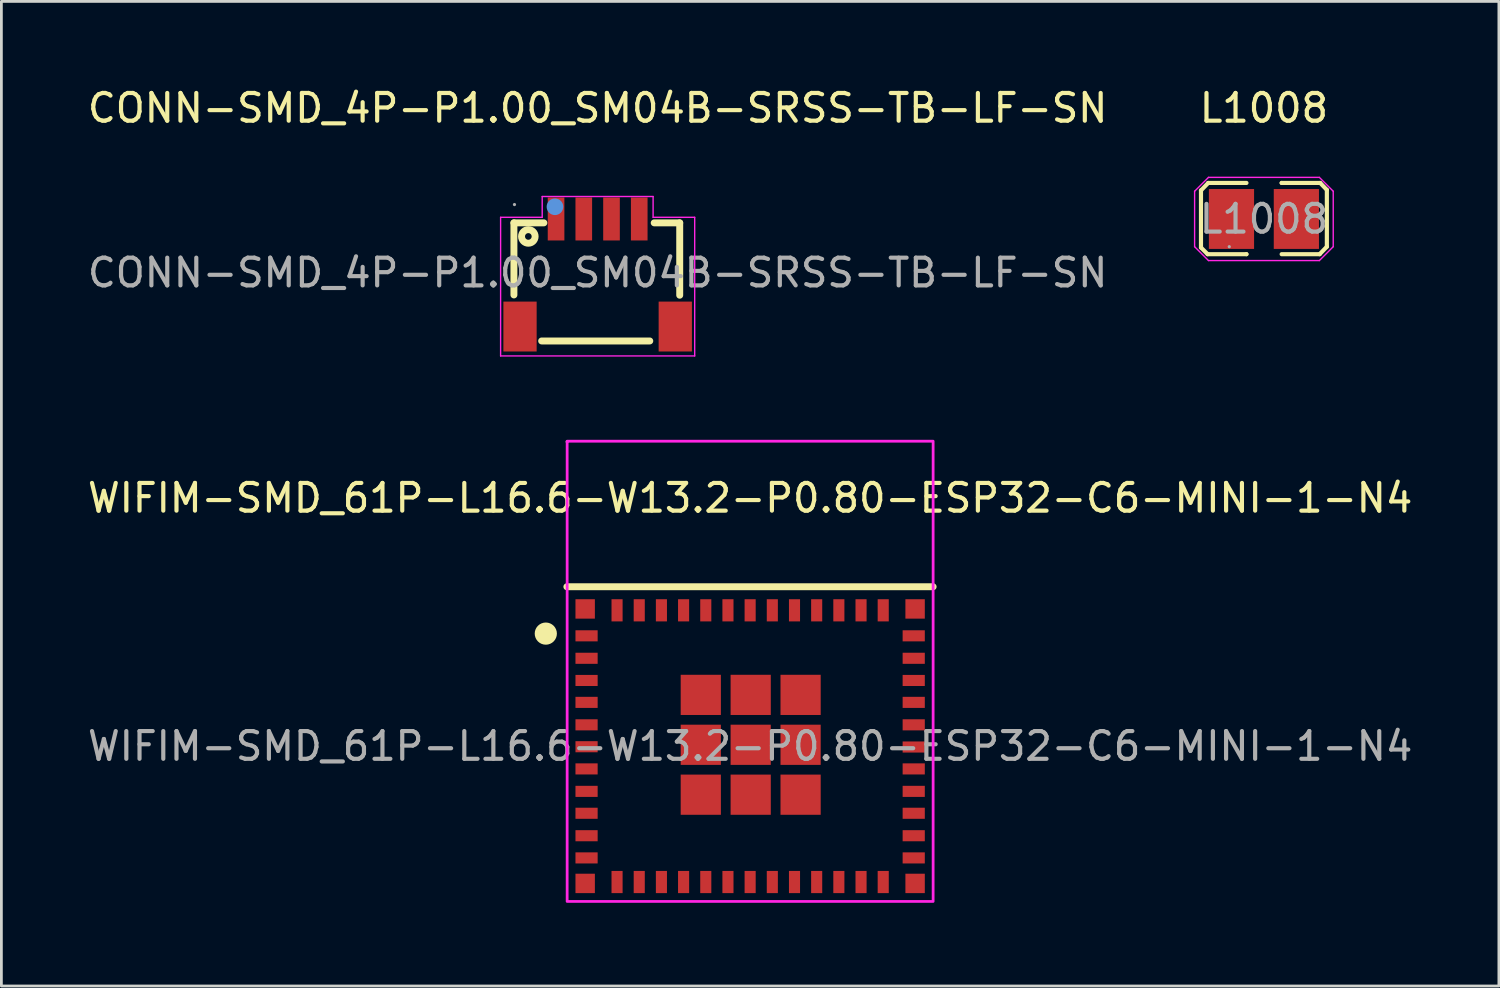
<source format=kicad_pcb>
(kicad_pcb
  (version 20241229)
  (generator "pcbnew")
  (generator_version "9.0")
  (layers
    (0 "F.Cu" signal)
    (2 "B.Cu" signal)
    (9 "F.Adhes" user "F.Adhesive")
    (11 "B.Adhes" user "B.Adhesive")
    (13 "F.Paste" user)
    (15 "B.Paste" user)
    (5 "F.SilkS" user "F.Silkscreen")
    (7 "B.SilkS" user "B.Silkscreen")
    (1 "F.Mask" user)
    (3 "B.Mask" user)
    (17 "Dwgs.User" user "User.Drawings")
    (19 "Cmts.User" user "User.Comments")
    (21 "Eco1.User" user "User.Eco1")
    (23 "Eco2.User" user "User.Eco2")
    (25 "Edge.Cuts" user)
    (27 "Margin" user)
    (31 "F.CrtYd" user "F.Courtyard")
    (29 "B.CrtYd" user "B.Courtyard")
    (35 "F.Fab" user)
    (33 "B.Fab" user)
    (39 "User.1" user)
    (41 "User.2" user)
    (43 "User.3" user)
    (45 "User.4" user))
  (footprint "CONN-SMD_4P-P1.00_SM04B-SRSS-TB-LF-SN"
    (layer "F.Cu")
    (at 18.506 6.788)
    (property "Reference" "CONN-SMD_4P-P1.00_SM04B-SRSS-TB-LF-SN" (at 0 -5.94 0) (layer "F.SilkS") (effects (font (size 1 1) (thickness 0.15))))
    (attr smd)
    (fp_line (start -3.02 -1.8) (end -3.02 0.8) (stroke (width 0.25) (type solid)) (layer "F.SilkS"))
    (fp_line (start -2.02 2.46) (end 1.88 2.46) (stroke (width 0.25) (type solid)) (layer "F.SilkS"))
    (fp_line (start -1.94 -1.8) (end -3.02 -1.8) (stroke (width 0.25) (type solid)) (layer "F.SilkS"))
    (fp_line (start 2.04 -1.8) (end 2.96 -1.8) (stroke (width 0.25) (type solid)) (layer "F.SilkS"))
    (fp_line (start 2.96 -1.8) (end 2.96 0.81) (stroke (width 0.25) (type solid)) (layer "F.SilkS"))
    (fp_circle (center -2.5 -1.31) (end -2.38 -1.31) (stroke (width 0.25) (type solid)) (fill no) (layer "F.SilkS"))
    (fp_circle (center -1.54 -2.38) (end -1.39 -2.38) (stroke (width 0.3) (type solid)) (fill no) (layer "Cmts.User"))
    (fp_line (start -3.5 -2) (end -2 -2) (stroke (width 0.05) (type default)) (layer "F.CrtYd"))
    (fp_line (start -3.5 3) (end -3.5 -2) (stroke (width 0.05) (type default)) (layer "F.CrtYd"))
    (fp_line (start -2 -2.75) (end 2 -2.75) (stroke (width 0.05) (type default)) (layer "F.CrtYd"))
    (fp_line (start -2 -2) (end -2 -2.75) (stroke (width 0.05) (type default)) (layer "F.CrtYd"))
    (fp_line (start 2 -2.75) (end 2 -2) (stroke (width 0.05) (type default)) (layer "F.CrtYd"))
    (fp_line (start 2 -2) (end 3.5 -2) (stroke (width 0.05) (type default)) (layer "F.CrtYd"))
    (fp_line (start 3.5 -2) (end 3.5 3) (stroke (width 0.05) (type default)) (layer "F.CrtYd"))
    (fp_line (start 3.5 3) (end -3.5 3) (stroke (width 0.05) (type default)) (layer "F.CrtYd"))
    (fp_circle (center -3 -2.46) (end -2.97 -2.46) (stroke (width 0.06) (type solid)) (fill no) (layer "F.Fab"))
    (fp_text user "${REFERENCE}" (at 0 0 0) (layer "F.Fab") (effects (font (size 1 1) (thickness 0.15))))
    (pad "1" smd rect (at -1.5 -1.94) (size 0.6 1.55) (layers "F.Cu" "F.Mask" "F.Paste"))
    (pad "2" smd rect (at -0.5 -1.94) (size 0.6 1.55) (layers "F.Cu" "F.Mask" "F.Paste"))
    (pad "3" smd rect (at 0.5 -1.94) (size 0.6 1.55) (layers "F.Cu" "F.Mask" "F.Paste"))
    (pad "4" smd rect (at 1.5 -1.94) (size 0.6 1.55) (layers "F.Cu" "F.Mask" "F.Paste"))
    (pad "5" smd rect (at 2.8 1.94) (size 1.2 1.8) (layers "F.Cu" "F.Mask" "F.Paste"))
    (pad "6" smd rect (at -2.8 1.94) (size 1.2 1.8) (layers "F.Cu" "F.Mask" "F.Paste")))
  (footprint "WIFIM-SMD_61P-L16.6-W13.2-P0.80-ESP32-C6-MINI-1-N4"
    (layer "F.Cu")
    (at 24.006 23.863)
    (property "Reference" "WIFIM-SMD_61P-L16.6-W13.2-P0.80-ESP32-C6-MINI-1-N4" (at 0 -8.95 0) (layer "F.SilkS") (effects (font (size 1 1) (thickness 0.15))))
    (attr smd)
    (fp_line (start -6.61 -5.75) (end 6.6 -5.75) (stroke (width 0.25) (type solid)) (layer "F.SilkS"))
    (fp_circle (center -7.37 -4.06) (end -7.17 -4.06) (stroke (width 0.4) (type solid)) (fill no) (layer "F.SilkS"))
    (fp_rect (start -6.6 -11) (end 6.6 5.6) (stroke (width 0.1) (type default)) (fill no) (layer "F.CrtYd"))
    (fp_circle (center -6.6 -10.98) (end -6.57 -10.98) (stroke (width 0.06) (type solid)) (fill no) (layer "F.Fab"))
    (fp_text user "${REFERENCE}" (at 0 0 0) (layer "F.Fab") (effects (font (size 1 1) (thickness 0.15))))
    (pad "1" smd rect (at -5.9 -3.98) (size 0.8 0.4) (layers "F.Cu" "F.Mask" "F.Paste"))
    (pad "2" smd rect (at -5.9 -3.17) (size 0.8 0.4) (layers "F.Cu" "F.Mask" "F.Paste"))
    (pad "3" smd rect (at -5.9 -2.37) (size 0.8 0.4) (layers "F.Cu" "F.Mask" "F.Paste"))
    (pad "4" smd rect (at -5.9 -1.58) (size 0.8 0.4) (layers "F.Cu" "F.Mask" "F.Paste"))
    (pad "5" smd rect (at -5.9 -0.77) (size 0.8 0.4) (layers "F.Cu" "F.Mask" "F.Paste"))
    (pad "6" smd rect (at -5.9 0.02) (size 0.8 0.4) (layers "F.Cu" "F.Mask" "F.Paste"))
    (pad "7" smd rect (at -5.9 0.82) (size 0.8 0.4) (layers "F.Cu" "F.Mask" "F.Paste"))
    (pad "8" smd rect (at -5.9 1.63) (size 0.8 0.4) (layers "F.Cu" "F.Mask" "F.Paste"))
    (pad "9" smd rect (at -5.9 2.42) (size 0.8 0.4) (layers "F.Cu" "F.Mask" "F.Paste"))
    (pad "10" smd rect (at -5.9 3.23) (size 0.8 0.4) (layers "F.Cu" "F.Mask" "F.Paste"))
    (pad "11" smd rect (at -5.9 4.03) (size 0.8 0.4) (layers "F.Cu" "F.Mask" "F.Paste"))
    (pad "12" smd rect (at -4.8 4.9 270) (size 0.8 0.4) (layers "F.Cu" "F.Mask" "F.Paste"))
    (pad "13" smd rect (at -4 4.9 270) (size 0.8 0.4) (layers "F.Cu" "F.Mask" "F.Paste"))
    (pad "14" smd rect (at -3.2 4.9 270) (size 0.8 0.4) (layers "F.Cu" "F.Mask" "F.Paste"))
    (pad "15" smd rect (at -2.4 4.9 270) (size 0.8 0.4) (layers "F.Cu" "F.Mask" "F.Paste"))
    (pad "16" smd rect (at -1.6 4.9 270) (size 0.8 0.4) (layers "F.Cu" "F.Mask" "F.Paste"))
    (pad "17" smd rect (at -0.8 4.9 270) (size 0.8 0.4) (layers "F.Cu" "F.Mask" "F.Paste"))
    (pad "18" smd rect (at 0 4.9 270) (size 0.8 0.4) (layers "F.Cu" "F.Mask" "F.Paste"))
    (pad "19" smd rect (at 0.8 4.9 270) (size 0.8 0.4) (layers "F.Cu" "F.Mask" "F.Paste"))
    (pad "20" smd rect (at 1.6 4.9 270) (size 0.8 0.4) (layers "F.Cu" "F.Mask" "F.Paste"))
    (pad "21" smd rect (at 2.4 4.9 270) (size 0.8 0.4) (layers "F.Cu" "F.Mask" "F.Paste"))
    (pad "22" smd rect (at 3.2 4.9 270) (size 0.8 0.4) (layers "F.Cu" "F.Mask" "F.Paste"))
    (pad "23" smd rect (at 4 4.9 270) (size 0.8 0.4) (layers "F.Cu" "F.Mask" "F.Paste"))
    (pad "24" smd rect (at 4.8 4.9 270) (size 0.8 0.4) (layers "F.Cu" "F.Mask" "F.Paste"))
    (pad "25" smd rect (at 5.9 4.03) (size 0.8 0.4) (layers "F.Cu" "F.Mask" "F.Paste"))
    (pad "26" smd rect (at 5.9 3.23) (size 0.8 0.4) (layers "F.Cu" "F.Mask" "F.Paste"))
    (pad "27" smd rect (at 5.9 2.42) (size 0.8 0.4) (layers "F.Cu" "F.Mask" "F.Paste"))
    (pad "28" smd rect (at 5.9 1.63) (size 0.8 0.4) (layers "F.Cu" "F.Mask" "F.Paste"))
    (pad "29" smd rect (at 5.9 0.82) (size 0.8 0.4) (layers "F.Cu" "F.Mask" "F.Paste"))
    (pad "30" smd rect (at 5.9 0.03) (size 0.8 0.4) (layers "F.Cu" "F.Mask" "F.Paste"))
    (pad "31" smd rect (at 5.9 -0.77) (size 0.8 0.4) (layers "F.Cu" "F.Mask" "F.Paste"))
    (pad "32" smd rect (at 5.9 -1.58) (size 0.8 0.4) (layers "F.Cu" "F.Mask" "F.Paste"))
    (pad "33" smd rect (at 5.9 -2.37) (size 0.8 0.4) (layers "F.Cu" "F.Mask" "F.Paste"))
    (pad "34" smd rect (at 5.9 -3.17) (size 0.8 0.4) (layers "F.Cu" "F.Mask" "F.Paste"))
    (pad "35" smd rect (at 5.9 -3.98) (size 0.8 0.4) (layers "F.Cu" "F.Mask" "F.Paste"))
    (pad "36" smd rect (at 4.8 -4.9 270) (size 0.8 0.4) (layers "F.Cu" "F.Mask" "F.Paste"))
    (pad "37" smd rect (at 4 -4.9 270) (size 0.8 0.4) (layers "F.Cu" "F.Mask" "F.Paste"))
    (pad "38" smd rect (at 3.2 -4.9 270) (size 0.8 0.4) (layers "F.Cu" "F.Mask" "F.Paste"))
    (pad "39" smd rect (at 2.4 -4.9 270) (size 0.8 0.4) (layers "F.Cu" "F.Mask" "F.Paste"))
    (pad "40" smd rect (at 1.6 -4.9 270) (size 0.8 0.4) (layers "F.Cu" "F.Mask" "F.Paste"))
    (pad "41" smd rect (at 0.8 -4.9 270) (size 0.8 0.4) (layers "F.Cu" "F.Mask" "F.Paste"))
    (pad "42" smd rect (at 0 -4.9 270) (size 0.8 0.4) (layers "F.Cu" "F.Mask" "F.Paste"))
    (pad "43" smd rect (at -0.8 -4.9 270) (size 0.8 0.4) (layers "F.Cu" "F.Mask" "F.Paste"))
    (pad "44" smd rect (at -1.6 -4.9 270) (size 0.8 0.4) (layers "F.Cu" "F.Mask" "F.Paste"))
    (pad "45" smd rect (at -2.4 -4.9 270) (size 0.8 0.4) (layers "F.Cu" "F.Mask" "F.Paste"))
    (pad "46" smd rect (at -3.2 -4.9 270) (size 0.8 0.4) (layers "F.Cu" "F.Mask" "F.Paste"))
    (pad "47" smd rect (at -4 -4.9 270) (size 0.8 0.4) (layers "F.Cu" "F.Mask" "F.Paste"))
    (pad "48" smd rect (at -4.8 -4.9 270) (size 0.8 0.4) (layers "F.Cu" "F.Mask" "F.Paste"))
    (pad "49" smd rect (at -1.78 -1.85) (size 1.45 1.45) (layers "F.Cu" "F.Mask" "F.Paste"))
    (pad "49" smd rect (at -1.78 -0.05) (size 1.45 1.45) (layers "F.Cu" "F.Mask" "F.Paste"))
    (pad "49" smd rect (at -1.78 1.75) (size 1.45 1.45) (layers "F.Cu" "F.Mask" "F.Paste"))
    (pad "49" smd rect (at 0.02 -1.85) (size 1.45 1.45) (layers "F.Cu" "F.Mask" "F.Paste"))
    (pad "49" smd rect (at 0.02 -0.05) (size 1.45 1.45) (layers "F.Cu" "F.Mask" "F.Paste"))
    (pad "49" smd rect (at 0.02 1.75) (size 1.45 1.45) (layers "F.Cu" "F.Mask" "F.Paste"))
    (pad "49" smd rect (at 1.82 -1.85) (size 1.45 1.45) (layers "F.Cu" "F.Mask" "F.Paste"))
    (pad "49" smd rect (at 1.82 -0.05) (size 1.45 1.45) (layers "F.Cu" "F.Mask" "F.Paste"))
    (pad "49" smd rect (at 1.82 1.75) (size 1.45 1.45) (layers "F.Cu" "F.Mask" "F.Paste"))
    (pad "50" smd rect (at 5.95 -4.95) (size 0.7 0.7) (layers "F.Cu" "F.Mask" "F.Paste"))
    (pad "51" smd rect (at 5.95 4.95) (size 0.7 0.7) (layers "F.Cu" "F.Mask" "F.Paste"))
    (pad "52" smd rect (at -5.95 4.95) (size 0.7 0.7) (layers "F.Cu" "F.Mask" "F.Paste"))
    (pad "53" smd rect (at -5.95 -4.95) (size 0.7 0.7) (layers "F.Cu" "F.Mask" "F.Paste")))
  (footprint "L1008"
    (layer "F.Cu")
    (at 42.537 4.848)
    (property "Reference" "L1008" (at 0 -4 0) (layer "F.SilkS") (effects (font (size 1 1) (thickness 0.15))))
    (attr smd)
    (fp_line (start -2.27 -1.03) (end -2.01 -1.3) (stroke (width 0.15) (type solid)) (layer "F.SilkS"))
    (fp_line (start -2.27 1.03) (end -2.27 -1.03) (stroke (width 0.15) (type solid)) (layer "F.SilkS"))
    (fp_line (start -2.03 1.27) (end -2.27 1.03) (stroke (width 0.15) (type solid)) (layer "F.SilkS"))
    (fp_line (start -2.01 -1.3) (end -0.63 -1.3) (stroke (width 0.15) (type solid)) (layer "F.SilkS"))
    (fp_line (start -0.63 1.27) (end -2.03 1.27) (stroke (width 0.15) (type solid)) (layer "F.SilkS"))
    (fp_line (start -0.63 1.27) (end -0.63 1.27) (stroke (width 0.15) (type solid)) (layer "F.SilkS"))
    (fp_line (start 0.64 -1.3) (end 0.64 -1.3) (stroke (width 0.15) (type solid)) (layer "F.SilkS"))
    (fp_line (start 0.64 -1.3) (end 2.03 -1.3) (stroke (width 0.15) (type solid)) (layer "F.SilkS"))
    (fp_line (start 2.01 1.27) (end 0.64 1.27) (stroke (width 0.15) (type solid)) (layer "F.SilkS"))
    (fp_line (start 2.03 -1.3) (end 2.27 -1.05) (stroke (width 0.15) (type solid)) (layer "F.SilkS"))
    (fp_line (start 2.27 -1.05) (end 2.27 1) (stroke (width 0.15) (type solid)) (layer "F.SilkS"))
    (fp_line (start 2.27 1) (end 2.01 1.27) (stroke (width 0.15) (type solid)) (layer "F.SilkS"))
    (fp_line (start -2.5 -1) (end -2 -1.5) (stroke (width 0.05) (type default)) (layer "F.CrtYd"))
    (fp_line (start -2.5 1) (end -2.5 -1) (stroke (width 0.05) (type default)) (layer "F.CrtYd"))
    (fp_line (start -2 -1.5) (end 2 -1.5) (stroke (width 0.05) (type default)) (layer "F.CrtYd"))
    (fp_line (start -2 1.5) (end -2.5 1) (stroke (width 0.05) (type default)) (layer "F.CrtYd"))
    (fp_line (start 2 -1.5) (end 2.5 -1) (stroke (width 0.05) (type default)) (layer "F.CrtYd"))
    (fp_line (start 2 1.5) (end -2 1.5) (stroke (width 0.05) (type default)) (layer "F.CrtYd"))
    (fp_line (start 2.5 -1) (end 2.5 1) (stroke (width 0.05) (type default)) (layer "F.CrtYd"))
    (fp_line (start 2.5 1) (end 2 1.5) (stroke (width 0.05) (type default)) (layer "F.CrtYd"))
    (fp_circle (center -1.25 1) (end -1.22 1) (stroke (width 0.06) (type solid)) (fill no) (layer "F.Fab"))
    (fp_text user "${REFERENCE}" (at 0 0 0) (layer "F.Fab") (effects (font (size 1 1) (thickness 0.15))))
    (pad "1" smd rect (at -1.17 0) (size 1.63 2.16) (layers "F.Cu" "F.Mask" "F.Paste"))
    (pad "2" smd rect (at 1.17 0) (size 1.63 2.16) (layers "F.Cu" "F.Mask" "F.Paste")))
  (gr_rect
    (start -3 -3)
    (end 51.012 32.513)
    (stroke (width 0.1) (type default))
    (fill no)
    (layer "Edge.Cuts")))
</source>
